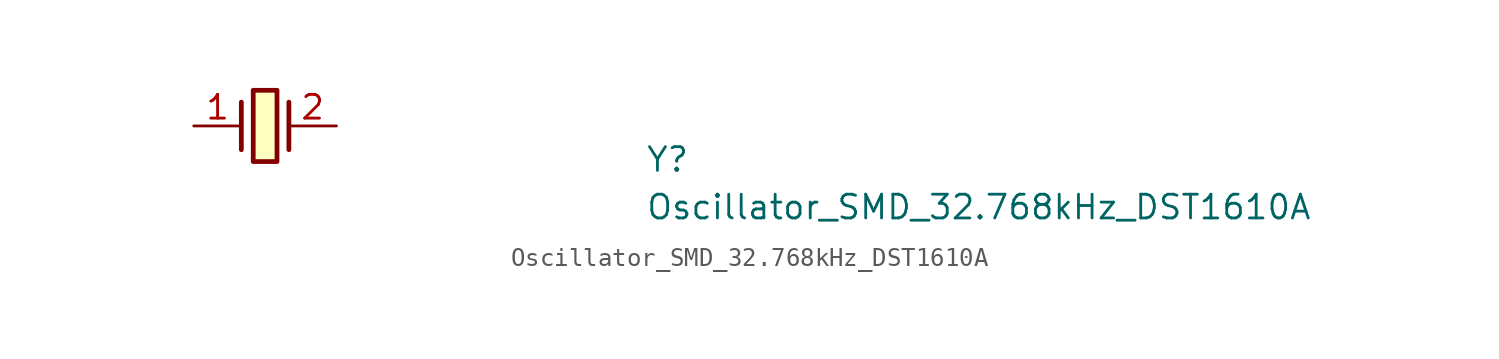
<source format=kicad_sym>
(kicad_symbol_lib
  (version 20211014)
  (generator kicad_symbol_editor)
  (symbol "Oscillator_SMD_32.768kHz_DST1610A"
    (pin_names hide)
    (property "Reference" "Y"
      (at 24.13 -2.54 0)
      (effects (font (size 1.27 1.27) (thickness 0.15)) (justify left bottom)))
    (property "Value" "Oscillator_SMD_32.768kHz_DST1610A"
      (at 24.13 -5.08 0)
      (effects (font (size 1.27 1.27) (thickness 0.15)) (justify left bottom)))
    (symbol "Oscillator_SMD_32.768kHz_DST1610A_1_1"
      (polyline (pts (xy 2.54 1.27) (xy 2.54 -1.27)) (stroke (width 0.254) (type default) (color 0 0 0 0)) (fill (type background)))
      (polyline (pts (xy 5.08 1.27) (xy 5.08 -1.27)) (stroke (width 0.254) (type default) (color 0 0 0 0)) (fill (type background)))
      (rectangle (start 3.175 1.905) (end 4.445 -1.905) (stroke (width 0.254) (type default) (color 0 0 0 0)) (fill (type background)))
      (pin passive line (at 0 0 0) (length 2.54) (name "~" (effects (font (size 1.27 1.27)))) (number "1" (effects (font (size 1.27 1.27)))))
      (pin passive line (at 7.62 0 180) (length 2.54) (name "~" (effects (font (size 1.27 1.27)))) (number "2" (effects (font (size 1.27 1.27))))))))
</source>
